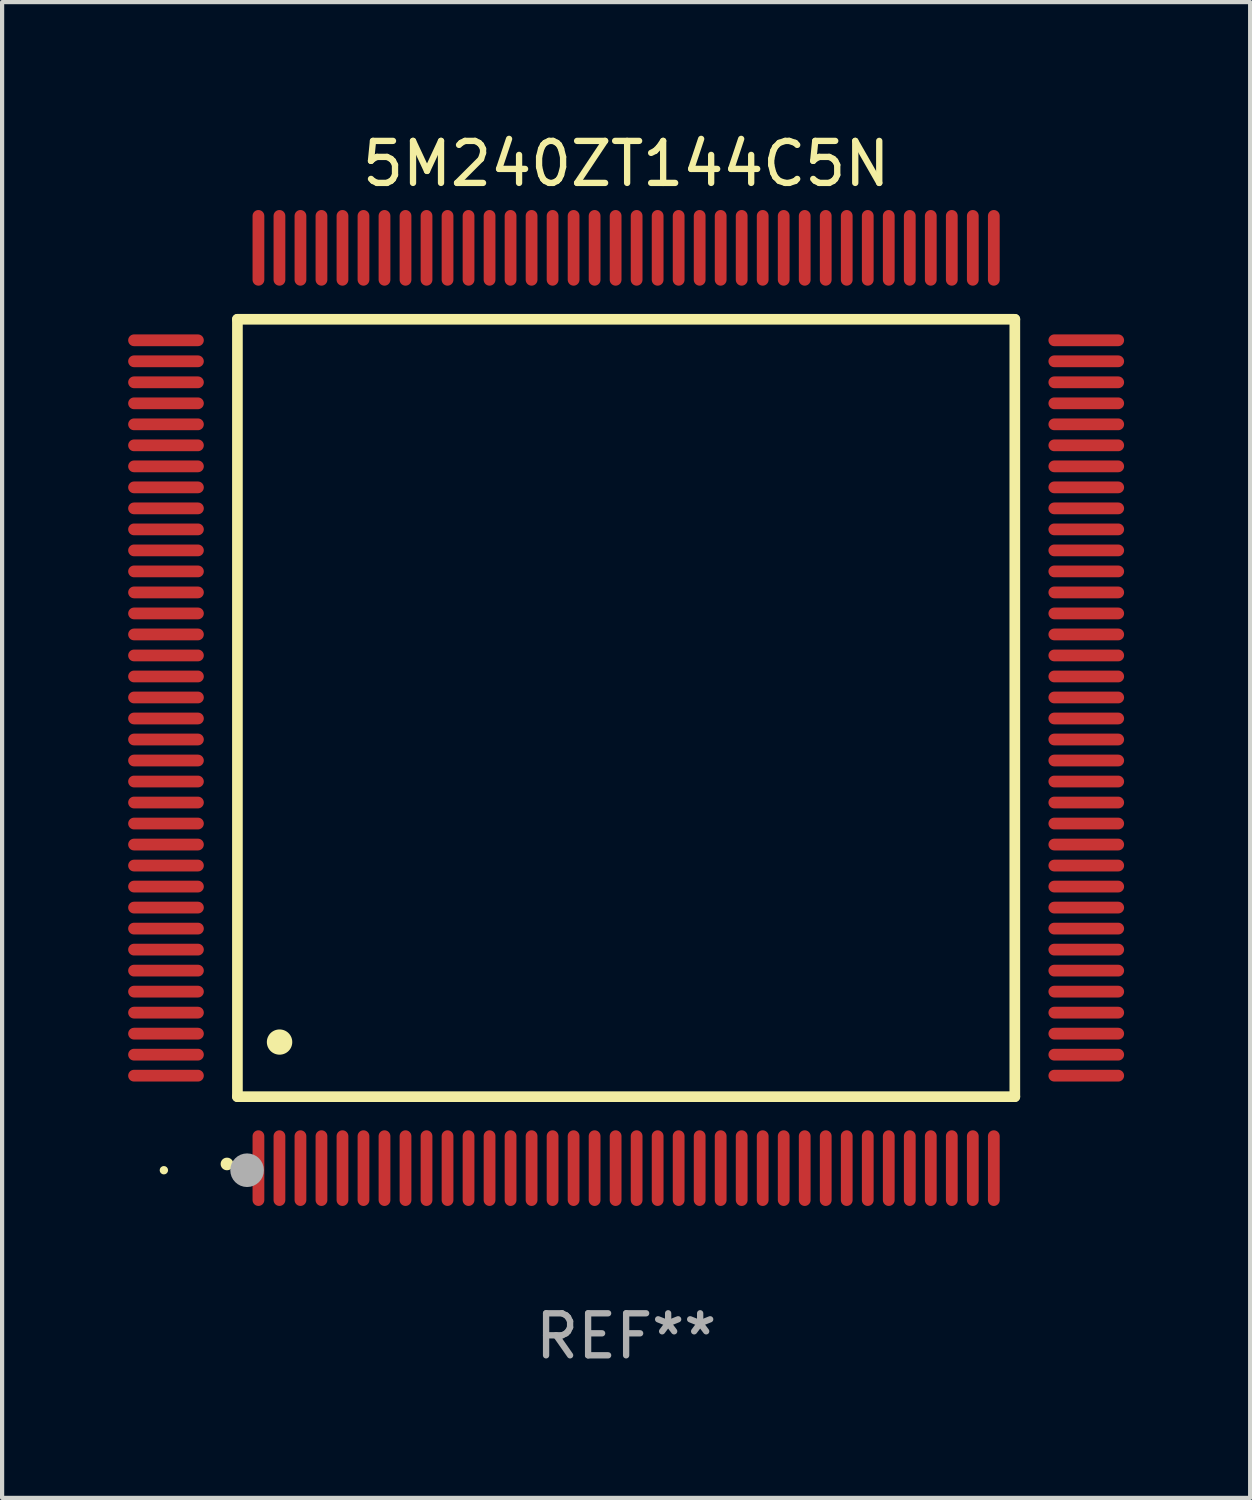
<source format=kicad_pcb>
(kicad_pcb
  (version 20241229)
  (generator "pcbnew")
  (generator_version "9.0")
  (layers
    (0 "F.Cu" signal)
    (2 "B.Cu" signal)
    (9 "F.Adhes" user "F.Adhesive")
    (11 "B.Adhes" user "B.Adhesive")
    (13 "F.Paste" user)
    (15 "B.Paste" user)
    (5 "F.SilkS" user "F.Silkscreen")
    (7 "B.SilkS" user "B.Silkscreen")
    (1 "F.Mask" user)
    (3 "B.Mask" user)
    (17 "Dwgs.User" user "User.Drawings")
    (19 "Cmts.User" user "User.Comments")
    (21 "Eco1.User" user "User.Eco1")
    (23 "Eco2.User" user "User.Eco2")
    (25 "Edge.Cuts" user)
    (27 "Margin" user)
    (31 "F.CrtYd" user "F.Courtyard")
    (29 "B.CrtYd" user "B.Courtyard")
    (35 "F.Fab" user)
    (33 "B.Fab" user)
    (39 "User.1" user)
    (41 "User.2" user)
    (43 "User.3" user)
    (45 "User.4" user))
  (footprint "5M240ZT144C5N"
    (layer "F.Cu")
    (at 11.85 13.798)
    (property "Reference" "5M240ZT144C5N" (at 0 -12.95 0) (layer "F.SilkS") (effects (font (size 1 1) (thickness 0.15))))
    (attr through_hole)
    (fp_line (start -9.25 -9.25) (end -9.25 9.25) (stroke (width 0.254) (type solid)) (layer "F.SilkS"))
    (fp_line (start -9.25 9.25) (end 9.25 9.25) (stroke (width 0.254) (type solid)) (layer "F.SilkS"))
    (fp_line (start 9.25 -9.25) (end -9.25 -9.25) (stroke (width 0.254) (type solid)) (layer "F.SilkS"))
    (fp_line (start 9.25 9.25) (end 9.25 -9.25) (stroke (width 0.254) (type solid)) (layer "F.SilkS"))
    (fp_arc (start -9.499619 10.850902) (mid -9.498349 10.850897) (end -9.497079 10.850902) (stroke (width 0.3) (type solid)) (layer "F.SilkS"))
    (fp_arc (start -8.249936 7.950216) (mid -8.247396 7.950205) (end -8.244856 7.950216) (stroke (width 0.6) (type solid)) (layer "F.SilkS"))
    (fp_circle (center -11 11) (end -10.95 11) (stroke (width 0.1) (type solid)) (fill no) (layer "F.SilkS"))
    (fp_circle (center -9.02 11) (end -8.82 11) (stroke (width 0.4) (type solid)) (fill no) (layer "F.Fab"))
    (fp_text user "REF**" (at 0 14.95 0) (layer "F.Fab") (effects (font (size 1 1) (thickness 0.15))))
    (pad "1" smd oval (at -8.75 10.95) (size 0.28 1.8) (layers "F.Cu" "F.Mask" "F.Paste"))
    (pad "2" smd oval (at -8.25 10.95) (size 0.28 1.8) (layers "F.Cu" "F.Mask" "F.Paste"))
    (pad "3" smd oval (at -7.75 10.95) (size 0.28 1.8) (layers "F.Cu" "F.Mask" "F.Paste"))
    (pad "4" smd oval (at -7.25 10.95) (size 0.28 1.8) (layers "F.Cu" "F.Mask" "F.Paste"))
    (pad "5" smd oval (at -6.75 10.95) (size 0.28 1.8) (layers "F.Cu" "F.Mask" "F.Paste"))
    (pad "6" smd oval (at -6.25 10.95) (size 0.28 1.8) (layers "F.Cu" "F.Mask" "F.Paste"))
    (pad "7" smd oval (at -5.75 10.95) (size 0.28 1.8) (layers "F.Cu" "F.Mask" "F.Paste"))
    (pad "8" smd oval (at -5.25 10.95) (size 0.28 1.8) (layers "F.Cu" "F.Mask" "F.Paste"))
    (pad "9" smd oval (at -4.75 10.95) (size 0.28 1.8) (layers "F.Cu" "F.Mask" "F.Paste"))
    (pad "10" smd oval (at -4.25 10.95) (size 0.28 1.8) (layers "F.Cu" "F.Mask" "F.Paste"))
    (pad "11" smd oval (at -3.75 10.95) (size 0.28 1.8) (layers "F.Cu" "F.Mask" "F.Paste"))
    (pad "12" smd oval (at -3.25 10.95) (size 0.28 1.8) (layers "F.Cu" "F.Mask" "F.Paste"))
    (pad "13" smd oval (at -2.75 10.95) (size 0.28 1.8) (layers "F.Cu" "F.Mask" "F.Paste"))
    (pad "14" smd oval (at -2.25 10.95) (size 0.28 1.8) (layers "F.Cu" "F.Mask" "F.Paste"))
    (pad "15" smd oval (at -1.75 10.95) (size 0.28 1.8) (layers "F.Cu" "F.Mask" "F.Paste"))
    (pad "16" smd oval (at -1.25 10.95) (size 0.28 1.8) (layers "F.Cu" "F.Mask" "F.Paste"))
    (pad "17" smd oval (at -0.75 10.95) (size 0.28 1.8) (layers "F.Cu" "F.Mask" "F.Paste"))
    (pad "18" smd oval (at -0.25 10.95) (size 0.28 1.8) (layers "F.Cu" "F.Mask" "F.Paste"))
    (pad "19" smd oval (at 0.25 10.95) (size 0.28 1.8) (layers "F.Cu" "F.Mask" "F.Paste"))
    (pad "20" smd oval (at 0.75 10.95) (size 0.28 1.8) (layers "F.Cu" "F.Mask" "F.Paste"))
    (pad "21" smd oval (at 1.25 10.95) (size 0.28 1.8) (layers "F.Cu" "F.Mask" "F.Paste"))
    (pad "22" smd oval (at 1.75 10.95) (size 0.28 1.8) (layers "F.Cu" "F.Mask" "F.Paste"))
    (pad "23" smd oval (at 2.25 10.95) (size 0.28 1.8) (layers "F.Cu" "F.Mask" "F.Paste"))
    (pad "24" smd oval (at 2.75 10.95) (size 0.28 1.8) (layers "F.Cu" "F.Mask" "F.Paste"))
    (pad "25" smd oval (at 3.25 10.95) (size 0.28 1.8) (layers "F.Cu" "F.Mask" "F.Paste"))
    (pad "26" smd oval (at 3.75 10.95) (size 0.28 1.8) (layers "F.Cu" "F.Mask" "F.Paste"))
    (pad "27" smd oval (at 4.25 10.95) (size 0.28 1.8) (layers "F.Cu" "F.Mask" "F.Paste"))
    (pad "28" smd oval (at 4.75 10.95) (size 0.28 1.8) (layers "F.Cu" "F.Mask" "F.Paste"))
    (pad "29" smd oval (at 5.25 10.95) (size 0.28 1.8) (layers "F.Cu" "F.Mask" "F.Paste"))
    (pad "30" smd oval (at 5.75 10.95) (size 0.28 1.8) (layers "F.Cu" "F.Mask" "F.Paste"))
    (pad "31" smd oval (at 6.25 10.95) (size 0.28 1.8) (layers "F.Cu" "F.Mask" "F.Paste"))
    (pad "32" smd oval (at 6.75 10.95) (size 0.28 1.8) (layers "F.Cu" "F.Mask" "F.Paste"))
    (pad "33" smd oval (at 7.25 10.95) (size 0.28 1.8) (layers "F.Cu" "F.Mask" "F.Paste"))
    (pad "34" smd oval (at 7.75 10.95) (size 0.28 1.8) (layers "F.Cu" "F.Mask" "F.Paste"))
    (pad "35" smd oval (at 8.25 10.95) (size 0.28 1.8) (layers "F.Cu" "F.Mask" "F.Paste"))
    (pad "36" smd oval (at 8.75 10.95) (size 0.28 1.8) (layers "F.Cu" "F.Mask" "F.Paste"))
    (pad "37" smd oval (at 10.95 8.75) (size 1.8 0.28) (layers "F.Cu" "F.Mask" "F.Paste"))
    (pad "38" smd oval (at 10.95 8.25) (size 1.8 0.28) (layers "F.Cu" "F.Mask" "F.Paste"))
    (pad "39" smd oval (at 10.95 7.75) (size 1.8 0.28) (layers "F.Cu" "F.Mask" "F.Paste"))
    (pad "40" smd oval (at 10.95 7.25) (size 1.8 0.28) (layers "F.Cu" "F.Mask" "F.Paste"))
    (pad "41" smd oval (at 10.95 6.75) (size 1.8 0.28) (layers "F.Cu" "F.Mask" "F.Paste"))
    (pad "42" smd oval (at 10.95 6.25) (size 1.8 0.28) (layers "F.Cu" "F.Mask" "F.Paste"))
    (pad "43" smd oval (at 10.95 5.75) (size 1.8 0.28) (layers "F.Cu" "F.Mask" "F.Paste"))
    (pad "44" smd oval (at 10.95 5.25) (size 1.8 0.28) (layers "F.Cu" "F.Mask" "F.Paste"))
    (pad "45" smd oval (at 10.95 4.75) (size 1.8 0.28) (layers "F.Cu" "F.Mask" "F.Paste"))
    (pad "46" smd oval (at 10.95 4.25) (size 1.8 0.28) (layers "F.Cu" "F.Mask" "F.Paste"))
    (pad "47" smd oval (at 10.95 3.75) (size 1.8 0.28) (layers "F.Cu" "F.Mask" "F.Paste"))
    (pad "48" smd oval (at 10.95 3.25) (size 1.8 0.28) (layers "F.Cu" "F.Mask" "F.Paste"))
    (pad "49" smd oval (at 10.95 2.75) (size 1.8 0.28) (layers "F.Cu" "F.Mask" "F.Paste"))
    (pad "50" smd oval (at 10.95 2.25) (size 1.8 0.28) (layers "F.Cu" "F.Mask" "F.Paste"))
    (pad "51" smd oval (at 10.95 1.75) (size 1.8 0.28) (layers "F.Cu" "F.Mask" "F.Paste"))
    (pad "52" smd oval (at 10.95 1.25) (size 1.8 0.28) (layers "F.Cu" "F.Mask" "F.Paste"))
    (pad "53" smd oval (at 10.95 0.75) (size 1.8 0.28) (layers "F.Cu" "F.Mask" "F.Paste"))
    (pad "54" smd oval (at 10.95 0.25) (size 1.8 0.28) (layers "F.Cu" "F.Mask" "F.Paste"))
    (pad "55" smd oval (at 10.95 -0.25) (size 1.8 0.28) (layers "F.Cu" "F.Mask" "F.Paste"))
    (pad "56" smd oval (at 10.95 -0.75) (size 1.8 0.28) (layers "F.Cu" "F.Mask" "F.Paste"))
    (pad "57" smd oval (at 10.95 -1.25) (size 1.8 0.28) (layers "F.Cu" "F.Mask" "F.Paste"))
    (pad "58" smd oval (at 10.95 -1.75) (size 1.8 0.28) (layers "F.Cu" "F.Mask" "F.Paste"))
    (pad "59" smd oval (at 10.95 -2.25) (size 1.8 0.28) (layers "F.Cu" "F.Mask" "F.Paste"))
    (pad "60" smd oval (at 10.95 -2.75) (size 1.8 0.28) (layers "F.Cu" "F.Mask" "F.Paste"))
    (pad "61" smd oval (at 10.95 -3.25) (size 1.8 0.28) (layers "F.Cu" "F.Mask" "F.Paste"))
    (pad "62" smd oval (at 10.95 -3.75) (size 1.8 0.28) (layers "F.Cu" "F.Mask" "F.Paste"))
    (pad "63" smd oval (at 10.95 -4.25) (size 1.8 0.28) (layers "F.Cu" "F.Mask" "F.Paste"))
    (pad "64" smd oval (at 10.95 -4.75) (size 1.8 0.28) (layers "F.Cu" "F.Mask" "F.Paste"))
    (pad "65" smd oval (at 10.95 -5.25) (size 1.8 0.28) (layers "F.Cu" "F.Mask" "F.Paste"))
    (pad "66" smd oval (at 10.95 -5.75) (size 1.8 0.28) (layers "F.Cu" "F.Mask" "F.Paste"))
    (pad "67" smd oval (at 10.95 -6.25) (size 1.8 0.28) (layers "F.Cu" "F.Mask" "F.Paste"))
    (pad "68" smd oval (at 10.95 -6.75) (size 1.8 0.28) (layers "F.Cu" "F.Mask" "F.Paste"))
    (pad "69" smd oval (at 10.95 -7.25) (size 1.8 0.28) (layers "F.Cu" "F.Mask" "F.Paste"))
    (pad "70" smd oval (at 10.95 -7.75) (size 1.8 0.28) (layers "F.Cu" "F.Mask" "F.Paste"))
    (pad "71" smd oval (at 10.95 -8.25) (size 1.8 0.28) (layers "F.Cu" "F.Mask" "F.Paste"))
    (pad "72" smd oval (at 10.95 -8.75) (size 1.8 0.28) (layers "F.Cu" "F.Mask" "F.Paste"))
    (pad "73" smd oval (at 8.75 -10.95) (size 0.28 1.8) (layers "F.Cu" "F.Mask" "F.Paste"))
    (pad "74" smd oval (at 8.25 -10.95) (size 0.28 1.8) (layers "F.Cu" "F.Mask" "F.Paste"))
    (pad "75" smd oval (at 7.75 -10.95) (size 0.28 1.8) (layers "F.Cu" "F.Mask" "F.Paste"))
    (pad "76" smd oval (at 7.25 -10.95) (size 0.28 1.8) (layers "F.Cu" "F.Mask" "F.Paste"))
    (pad "77" smd oval (at 6.75 -10.95) (size 0.28 1.8) (layers "F.Cu" "F.Mask" "F.Paste"))
    (pad "78" smd oval (at 6.25 -10.95) (size 0.28 1.8) (layers "F.Cu" "F.Mask" "F.Paste"))
    (pad "79" smd oval (at 5.75 -10.95) (size 0.28 1.8) (layers "F.Cu" "F.Mask" "F.Paste"))
    (pad "80" smd oval (at 5.25 -10.95) (size 0.28 1.8) (layers "F.Cu" "F.Mask" "F.Paste"))
    (pad "81" smd oval (at 4.75 -10.95) (size 0.28 1.8) (layers "F.Cu" "F.Mask" "F.Paste"))
    (pad "82" smd oval (at 4.25 -10.95) (size 0.28 1.8) (layers "F.Cu" "F.Mask" "F.Paste"))
    (pad "83" smd oval (at 3.75 -10.95) (size 0.28 1.8) (layers "F.Cu" "F.Mask" "F.Paste"))
    (pad "84" smd oval (at 3.25 -10.95) (size 0.28 1.8) (layers "F.Cu" "F.Mask" "F.Paste"))
    (pad "85" smd oval (at 2.75 -10.95) (size 0.28 1.8) (layers "F.Cu" "F.Mask" "F.Paste"))
    (pad "86" smd oval (at 2.25 -10.95) (size 0.28 1.8) (layers "F.Cu" "F.Mask" "F.Paste"))
    (pad "87" smd oval (at 1.75 -10.95) (size 0.28 1.8) (layers "F.Cu" "F.Mask" "F.Paste"))
    (pad "88" smd oval (at 1.25 -10.95) (size 0.28 1.8) (layers "F.Cu" "F.Mask" "F.Paste"))
    (pad "89" smd oval (at 0.75 -10.95) (size 0.28 1.8) (layers "F.Cu" "F.Mask" "F.Paste"))
    (pad "90" smd oval (at 0.25 -10.95) (size 0.28 1.8) (layers "F.Cu" "F.Mask" "F.Paste"))
    (pad "91" smd oval (at -0.25 -10.95) (size 0.28 1.8) (layers "F.Cu" "F.Mask" "F.Paste"))
    (pad "92" smd oval (at -0.75 -10.95) (size 0.28 1.8) (layers "F.Cu" "F.Mask" "F.Paste"))
    (pad "93" smd oval (at -1.25 -10.95) (size 0.28 1.8) (layers "F.Cu" "F.Mask" "F.Paste"))
    (pad "94" smd oval (at -1.75 -10.95) (size 0.28 1.8) (layers "F.Cu" "F.Mask" "F.Paste"))
    (pad "95" smd oval (at -2.25 -10.95) (size 0.28 1.8) (layers "F.Cu" "F.Mask" "F.Paste"))
    (pad "96" smd oval (at -2.75 -10.95) (size 0.28 1.8) (layers "F.Cu" "F.Mask" "F.Paste"))
    (pad "97" smd oval (at -3.25 -10.95) (size 0.28 1.8) (layers "F.Cu" "F.Mask" "F.Paste"))
    (pad "98" smd oval (at -3.75 -10.95) (size 0.28 1.8) (layers "F.Cu" "F.Mask" "F.Paste"))
    (pad "99" smd oval (at -4.25 -10.95) (size 0.28 1.8) (layers "F.Cu" "F.Mask" "F.Paste"))
    (pad "100" smd oval (at -4.75 -10.95) (size 0.28 1.8) (layers "F.Cu" "F.Mask" "F.Paste"))
    (pad "101" smd oval (at -5.25 -10.95) (size 0.28 1.8) (layers "F.Cu" "F.Mask" "F.Paste"))
    (pad "102" smd oval (at -5.75 -10.95) (size 0.28 1.8) (layers "F.Cu" "F.Mask" "F.Paste"))
    (pad "103" smd oval (at -6.25 -10.95) (size 0.28 1.8) (layers "F.Cu" "F.Mask" "F.Paste"))
    (pad "104" smd oval (at -6.75 -10.95) (size 0.28 1.8) (layers "F.Cu" "F.Mask" "F.Paste"))
    (pad "105" smd oval (at -7.25 -10.95) (size 0.28 1.8) (layers "F.Cu" "F.Mask" "F.Paste"))
    (pad "106" smd oval (at -7.75 -10.95) (size 0.28 1.8) (layers "F.Cu" "F.Mask" "F.Paste"))
    (pad "107" smd oval (at -8.25 -10.95) (size 0.28 1.8) (layers "F.Cu" "F.Mask" "F.Paste"))
    (pad "108" smd oval (at -8.75 -10.95) (size 0.28 1.8) (layers "F.Cu" "F.Mask" "F.Paste"))
    (pad "109" smd oval (at -10.95 -8.75) (size 1.8 0.28) (layers "F.Cu" "F.Mask" "F.Paste"))
    (pad "110" smd oval (at -10.95 -8.25) (size 1.8 0.28) (layers "F.Cu" "F.Mask" "F.Paste"))
    (pad "111" smd oval (at -10.95 -7.75) (size 1.8 0.28) (layers "F.Cu" "F.Mask" "F.Paste"))
    (pad "112" smd oval (at -10.95 -7.25) (size 1.8 0.28) (layers "F.Cu" "F.Mask" "F.Paste"))
    (pad "113" smd oval (at -10.95 -6.75) (size 1.8 0.28) (layers "F.Cu" "F.Mask" "F.Paste"))
    (pad "114" smd oval (at -10.95 -6.25) (size 1.8 0.28) (layers "F.Cu" "F.Mask" "F.Paste"))
    (pad "115" smd oval (at -10.95 -5.75) (size 1.8 0.28) (layers "F.Cu" "F.Mask" "F.Paste"))
    (pad "116" smd oval (at -10.95 -5.25) (size 1.8 0.28) (layers "F.Cu" "F.Mask" "F.Paste"))
    (pad "117" smd oval (at -10.95 -4.75) (size 1.8 0.28) (layers "F.Cu" "F.Mask" "F.Paste"))
    (pad "118" smd oval (at -10.95 -4.25) (size 1.8 0.28) (layers "F.Cu" "F.Mask" "F.Paste"))
    (pad "119" smd oval (at -10.95 -3.75) (size 1.8 0.28) (layers "F.Cu" "F.Mask" "F.Paste"))
    (pad "120" smd oval (at -10.95 -3.25) (size 1.8 0.28) (layers "F.Cu" "F.Mask" "F.Paste"))
    (pad "121" smd oval (at -10.95 -2.75) (size 1.8 0.28) (layers "F.Cu" "F.Mask" "F.Paste"))
    (pad "122" smd oval (at -10.95 -2.25) (size 1.8 0.28) (layers "F.Cu" "F.Mask" "F.Paste"))
    (pad "123" smd oval (at -10.95 -1.75) (size 1.8 0.28) (layers "F.Cu" "F.Mask" "F.Paste"))
    (pad "124" smd oval (at -10.95 -1.25) (size 1.8 0.28) (layers "F.Cu" "F.Mask" "F.Paste"))
    (pad "125" smd oval (at -10.95 -0.75) (size 1.8 0.28) (layers "F.Cu" "F.Mask" "F.Paste"))
    (pad "126" smd oval (at -10.95 -0.25) (size 1.8 0.28) (layers "F.Cu" "F.Mask" "F.Paste"))
    (pad "127" smd oval (at -10.95 0.25) (size 1.8 0.28) (layers "F.Cu" "F.Mask" "F.Paste"))
    (pad "128" smd oval (at -10.95 0.75) (size 1.8 0.28) (layers "F.Cu" "F.Mask" "F.Paste"))
    (pad "129" smd oval (at -10.95 1.25) (size 1.8 0.28) (layers "F.Cu" "F.Mask" "F.Paste"))
    (pad "130" smd oval (at -10.95 1.75) (size 1.8 0.28) (layers "F.Cu" "F.Mask" "F.Paste"))
    (pad "131" smd oval (at -10.95 2.25) (size 1.8 0.28) (layers "F.Cu" "F.Mask" "F.Paste"))
    (pad "132" smd oval (at -10.95 2.75) (size 1.8 0.28) (layers "F.Cu" "F.Mask" "F.Paste"))
    (pad "133" smd oval (at -10.95 3.25) (size 1.8 0.28) (layers "F.Cu" "F.Mask" "F.Paste"))
    (pad "134" smd oval (at -10.95 3.75) (size 1.8 0.28) (layers "F.Cu" "F.Mask" "F.Paste"))
    (pad "135" smd oval (at -10.95 4.25) (size 1.8 0.28) (layers "F.Cu" "F.Mask" "F.Paste"))
    (pad "136" smd oval (at -10.95 4.75) (size 1.8 0.28) (layers "F.Cu" "F.Mask" "F.Paste"))
    (pad "137" smd oval (at -10.95 5.25) (size 1.8 0.28) (layers "F.Cu" "F.Mask" "F.Paste"))
    (pad "138" smd oval (at -10.95 5.75) (size 1.8 0.28) (layers "F.Cu" "F.Mask" "F.Paste"))
    (pad "139" smd oval (at -10.95 6.25) (size 1.8 0.28) (layers "F.Cu" "F.Mask" "F.Paste"))
    (pad "140" smd oval (at -10.95 6.75) (size 1.8 0.28) (layers "F.Cu" "F.Mask" "F.Paste"))
    (pad "141" smd oval (at -10.95 7.25) (size 1.8 0.28) (layers "F.Cu" "F.Mask" "F.Paste"))
    (pad "142" smd oval (at -10.95 7.75) (size 1.8 0.28) (layers "F.Cu" "F.Mask" "F.Paste"))
    (pad "143" smd oval (at -10.95 8.25) (size 1.8 0.28) (layers "F.Cu" "F.Mask" "F.Paste"))
    (pad "144" smd oval (at -10.95 8.75) (size 1.8 0.28) (layers "F.Cu" "F.Mask" "F.Paste")))
  (gr_rect
    (start -3 -3)
    (end 26.7 32.596)
    (stroke (width 0.1) (type default))
    (fill no)
    (layer "Edge.Cuts")))
</source>
